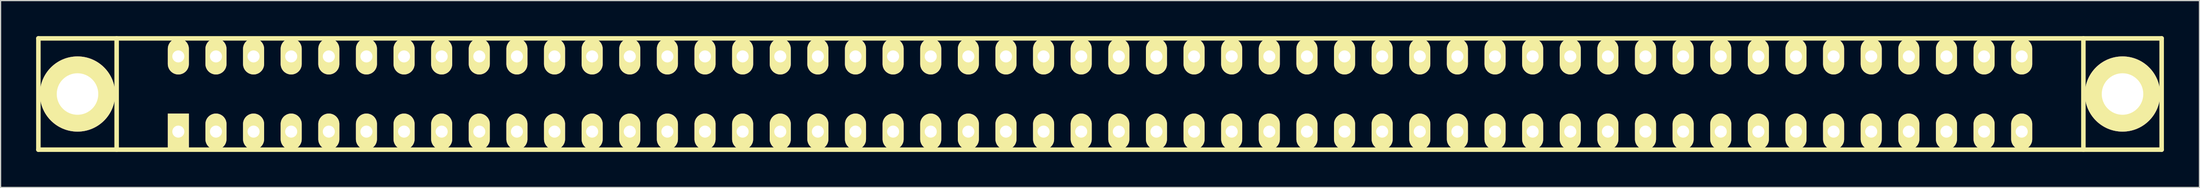
<source format=kicad_pcb>
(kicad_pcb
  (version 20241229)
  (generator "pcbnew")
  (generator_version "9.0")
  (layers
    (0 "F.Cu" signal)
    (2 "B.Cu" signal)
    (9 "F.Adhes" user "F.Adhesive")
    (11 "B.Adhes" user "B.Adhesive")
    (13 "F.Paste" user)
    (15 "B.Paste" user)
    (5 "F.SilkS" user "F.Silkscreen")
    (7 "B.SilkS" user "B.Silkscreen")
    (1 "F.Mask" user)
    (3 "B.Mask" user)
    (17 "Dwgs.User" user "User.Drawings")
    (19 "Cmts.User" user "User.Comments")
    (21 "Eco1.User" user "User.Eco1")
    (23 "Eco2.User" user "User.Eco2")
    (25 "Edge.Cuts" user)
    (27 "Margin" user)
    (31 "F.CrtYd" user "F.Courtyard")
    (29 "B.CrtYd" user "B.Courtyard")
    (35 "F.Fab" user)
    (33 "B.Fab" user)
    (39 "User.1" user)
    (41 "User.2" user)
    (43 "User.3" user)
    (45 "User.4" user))
  (footprint "S100_FEMALE"
    (layer "F.Cu")
    (at 89.667 4.884)
    (property "Reference" "S100_FEMALE" (at 0.127 -4.699 0) (layer "F.SilkS") (effects (font (size 0.127 0.127) (thickness 0.025))))
    (attr through_hole)
    (fp_line (start -89.477 4.704) (end -89.477 -4.694) (stroke (width 0.381) (type solid)) (layer "F.SilkS"))
    (fp_line (start -89.477 4.704) (end 89.72 4.704) (stroke (width 0.381) (type solid)) (layer "F.SilkS"))
    (fp_line (start -82.873 -4.694) (end -82.873 4.704) (stroke (width 0.381) (type solid)) (layer "F.SilkS"))
    (fp_line (start 83.116 -4.694) (end 83.116 4.704) (stroke (width 0.381) (type solid)) (layer "F.SilkS"))
    (fp_line (start 89.72 -4.694) (end -89.477 -4.694) (stroke (width 0.381) (type solid)) (layer "F.SilkS"))
    (fp_line (start 89.72 4.704) (end 89.72 -4.694) (stroke (width 0.381) (type solid)) (layer "F.SilkS"))
    (pad "1" thru_hole oval (at 77.909 3.18) (size 1.778 3.048) (drill 1.016) (layers "*.Cu" "*.Mask" "F.SilkS"))
    (pad "2" thru_hole oval (at 77.909 -3.17) (size 1.778 3.048) (drill 1.016) (layers "*.Cu" "*.Mask" "F.SilkS"))
    (pad "3" thru_hole oval (at 74.734 3.18) (size 1.778 3.048) (drill 1.016) (layers "*.Cu" "*.Mask" "F.SilkS"))
    (pad "4" thru_hole oval (at 74.734 -3.17) (size 1.778 3.048) (drill 1.016) (layers "*.Cu" "*.Mask" "F.SilkS"))
    (pad "5" thru_hole oval (at 71.559 3.18) (size 1.778 3.048) (drill 1.016) (layers "*.Cu" "*.Mask" "F.SilkS"))
    (pad "6" thru_hole oval (at 71.559 -3.17) (size 1.778 3.048) (drill 1.016) (layers "*.Cu" "*.Mask" "F.SilkS"))
    (pad "7" thru_hole oval (at 68.384 3.18) (size 1.778 3.048) (drill 1.016) (layers "*.Cu" "*.Mask" "F.SilkS"))
    (pad "8" thru_hole oval (at 68.384 -3.17) (size 1.778 3.048) (drill 1.016) (layers "*.Cu" "*.Mask" "F.SilkS"))
    (pad "9" thru_hole oval (at 65.209 3.18) (size 1.778 3.048) (drill 1.016) (layers "*.Cu" "*.Mask" "F.SilkS"))
    (pad "10" thru_hole oval (at 65.209 -3.17) (size 1.778 3.048) (drill 1.016) (layers "*.Cu" "*.Mask" "F.SilkS"))
    (pad "11" thru_hole oval (at 62.034 3.18) (size 1.778 3.048) (drill 1.016) (layers "*.Cu" "*.Mask" "F.SilkS"))
    (pad "12" thru_hole oval (at 62.034 -3.17) (size 1.778 3.048) (drill 1.016) (layers "*.Cu" "*.Mask" "F.SilkS"))
    (pad "13" thru_hole oval (at 58.859 3.18) (size 1.778 3.048) (drill 1.016) (layers "*.Cu" "*.Mask" "F.SilkS"))
    (pad "14" thru_hole oval (at 58.859 -3.17) (size 1.778 3.048) (drill 1.016) (layers "*.Cu" "*.Mask" "F.SilkS"))
    (pad "15" thru_hole oval (at 55.684 3.18) (size 1.778 3.048) (drill 1.016) (layers "*.Cu" "*.Mask" "F.SilkS"))
    (pad "16" thru_hole oval (at 55.684 -3.17) (size 1.778 3.048) (drill 1.016) (layers "*.Cu" "*.Mask" "F.SilkS"))
    (pad "17" thru_hole oval (at 52.509 3.18) (size 1.778 3.048) (drill 1.016) (layers "*.Cu" "*.Mask" "F.SilkS"))
    (pad "18" thru_hole oval (at 52.509 -3.17) (size 1.778 3.048) (drill 1.016) (layers "*.Cu" "*.Mask" "F.SilkS"))
    (pad "19" thru_hole oval (at 49.334 3.18) (size 1.778 3.048) (drill 1.016) (layers "*.Cu" "*.Mask" "F.SilkS"))
    (pad "20" thru_hole oval (at 49.334 -3.17) (size 1.778 3.048) (drill 1.016) (layers "*.Cu" "*.Mask" "F.SilkS"))
    (pad "21" thru_hole oval (at 46.159 3.18) (size 1.778 3.048) (drill 1.016) (layers "*.Cu" "*.Mask" "F.SilkS"))
    (pad "22" thru_hole oval (at 46.159 -3.17) (size 1.778 3.048) (drill 1.016) (layers "*.Cu" "*.Mask" "F.SilkS"))
    (pad "23" thru_hole oval (at 42.984 3.18) (size 1.778 3.048) (drill 1.016) (layers "*.Cu" "*.Mask" "F.SilkS"))
    (pad "24" thru_hole oval (at 42.984 -3.17) (size 1.778 3.048) (drill 1.016) (layers "*.Cu" "*.Mask" "F.SilkS"))
    (pad "25" thru_hole oval (at 39.809 3.18) (size 1.778 3.048) (drill 1.016) (layers "*.Cu" "*.Mask" "F.SilkS"))
    (pad "26" thru_hole oval (at 39.809 -3.17) (size 1.778 3.048) (drill 1.016) (layers "*.Cu" "*.Mask" "F.SilkS"))
    (pad "27" thru_hole oval (at 36.634 3.18) (size 1.778 3.048) (drill 1.016) (layers "*.Cu" "*.Mask" "F.SilkS"))
    (pad "28" thru_hole oval (at 36.634 -3.17) (size 1.778 3.048) (drill 1.016) (layers "*.Cu" "*.Mask" "F.SilkS"))
    (pad "29" thru_hole oval (at 33.459 3.18) (size 1.778 3.048) (drill 1.016) (layers "*.Cu" "*.Mask" "F.SilkS"))
    (pad "30" thru_hole oval (at 33.459 -3.17) (size 1.778 3.048) (drill 1.016) (layers "*.Cu" "*.Mask" "F.SilkS"))
    (pad "31" thru_hole oval (at 30.284 3.18) (size 1.778 3.048) (drill 1.016) (layers "*.Cu" "*.Mask" "F.SilkS"))
    (pad "32" thru_hole oval (at 30.284 -3.17) (size 1.778 3.048) (drill 1.016) (layers "*.Cu" "*.Mask" "F.SilkS"))
    (pad "33" thru_hole oval (at 27.109 3.18) (size 1.778 3.048) (drill 1.016) (layers "*.Cu" "*.Mask" "F.SilkS"))
    (pad "34" thru_hole oval (at 27.109 -3.17) (size 1.778 3.048) (drill 1.016) (layers "*.Cu" "*.Mask" "F.SilkS"))
    (pad "35" thru_hole oval (at 23.934 3.18) (size 1.778 3.048) (drill 1.016) (layers "*.Cu" "*.Mask" "F.SilkS"))
    (pad "36" thru_hole oval (at 23.934 -3.17) (size 1.778 3.048) (drill 1.016) (layers "*.Cu" "*.Mask" "F.SilkS"))
    (pad "37" thru_hole oval (at 20.759 3.18) (size 1.778 3.048) (drill 1.016) (layers "*.Cu" "*.Mask" "F.SilkS"))
    (pad "38" thru_hole oval (at 20.759 -3.17) (size 1.778 3.048) (drill 1.016) (layers "*.Cu" "*.Mask" "F.SilkS"))
    (pad "39" thru_hole oval (at 17.584 3.18) (size 1.778 3.048) (drill 1.016) (layers "*.Cu" "*.Mask" "F.SilkS"))
    (pad "40" thru_hole oval (at 17.584 -3.17) (size 1.778 3.048) (drill 1.016) (layers "*.Cu" "*.Mask" "F.SilkS"))
    (pad "41" thru_hole oval (at 14.409 3.18) (size 1.778 3.048) (drill 1.016) (layers "*.Cu" "*.Mask" "F.SilkS"))
    (pad "42" thru_hole oval (at 14.409 -3.17) (size 1.778 3.048) (drill 1.016) (layers "*.Cu" "*.Mask" "F.SilkS"))
    (pad "43" thru_hole oval (at 11.234 3.18) (size 1.778 3.048) (drill 1.016) (layers "*.Cu" "*.Mask" "F.SilkS"))
    (pad "44" thru_hole oval (at 11.234 -3.17) (size 1.778 3.048) (drill 1.016) (layers "*.Cu" "*.Mask" "F.SilkS"))
    (pad "45" thru_hole oval (at 8.059 3.18) (size 1.778 3.048) (drill 1.016) (layers "*.Cu" "*.Mask" "F.SilkS"))
    (pad "46" thru_hole oval (at 8.059 -3.17) (size 1.778 3.048) (drill 1.016) (layers "*.Cu" "*.Mask" "F.SilkS"))
    (pad "47" thru_hole oval (at 4.884 3.18) (size 1.778 3.048) (drill 1.016) (layers "*.Cu" "*.Mask" "F.SilkS"))
    (pad "48" thru_hole oval (at 4.884 -3.17) (size 1.778 3.048) (drill 1.016) (layers "*.Cu" "*.Mask" "F.SilkS"))
    (pad "49" thru_hole oval (at 1.709 3.18) (size 1.778 3.048) (drill 1.016) (layers "*.Cu" "*.Mask" "F.SilkS"))
    (pad "50" thru_hole oval (at 1.709 -3.17) (size 1.778 3.048) (drill 1.016) (layers "*.Cu" "*.Mask" "F.SilkS"))
    (pad "51" thru_hole oval (at -1.466 3.18) (size 1.778 3.048) (drill 1.016) (layers "*.Cu" "*.Mask" "F.SilkS"))
    (pad "52" thru_hole oval (at -1.466 -3.17) (size 1.778 3.048) (drill 1.016) (layers "*.Cu" "*.Mask" "F.SilkS"))
    (pad "53" thru_hole oval (at -4.641 3.18) (size 1.778 3.048) (drill 1.016) (layers "*.Cu" "*.Mask" "F.SilkS"))
    (pad "54" thru_hole oval (at -4.641 -3.17) (size 1.778 3.048) (drill 1.016) (layers "*.Cu" "*.Mask" "F.SilkS"))
    (pad "55" thru_hole oval (at -7.816 3.18) (size 1.778 3.048) (drill 1.016) (layers "*.Cu" "*.Mask" "F.SilkS"))
    (pad "56" thru_hole oval (at -7.816 -3.17) (size 1.778 3.048) (drill 1.016) (layers "*.Cu" "*.Mask" "F.SilkS"))
    (pad "57" thru_hole oval (at -10.991 3.18) (size 1.778 3.048) (drill 1.016) (layers "*.Cu" "*.Mask" "F.SilkS"))
    (pad "58" thru_hole oval (at -10.991 -3.17) (size 1.778 3.048) (drill 1.016) (layers "*.Cu" "*.Mask" "F.SilkS"))
    (pad "59" thru_hole oval (at -14.166 3.18) (size 1.778 3.048) (drill 1.016) (layers "*.Cu" "*.Mask" "F.SilkS"))
    (pad "60" thru_hole oval (at -14.166 -3.17) (size 1.778 3.048) (drill 1.016) (layers "*.Cu" "*.Mask" "F.SilkS"))
    (pad "61" thru_hole oval (at -17.341 3.18) (size 1.778 3.048) (drill 1.016) (layers "*.Cu" "*.Mask" "F.SilkS"))
    (pad "62" thru_hole oval (at -17.341 -3.17) (size 1.778 3.048) (drill 1.016) (layers "*.Cu" "*.Mask" "F.SilkS"))
    (pad "63" thru_hole oval (at -20.516 3.18) (size 1.778 3.048) (drill 1.016) (layers "*.Cu" "*.Mask" "F.SilkS"))
    (pad "64" thru_hole oval (at -20.516 -3.17) (size 1.778 3.048) (drill 1.016) (layers "*.Cu" "*.Mask" "F.SilkS"))
    (pad "65" thru_hole oval (at -23.691 3.18) (size 1.778 3.048) (drill 1.016) (layers "*.Cu" "*.Mask" "F.SilkS"))
    (pad "66" thru_hole oval (at -23.691 -3.17) (size 1.778 3.048) (drill 1.016) (layers "*.Cu" "*.Mask" "F.SilkS"))
    (pad "67" thru_hole oval (at -26.866 3.18) (size 1.778 3.048) (drill 1.016) (layers "*.Cu" "*.Mask" "F.SilkS"))
    (pad "68" thru_hole oval (at -26.866 -3.17) (size 1.778 3.048) (drill 1.016) (layers "*.Cu" "*.Mask" "F.SilkS"))
    (pad "69" thru_hole oval (at -30.041 3.18) (size 1.778 3.048) (drill 1.016) (layers "*.Cu" "*.Mask" "F.SilkS"))
    (pad "70" thru_hole oval (at -30.041 -3.17) (size 1.778 3.048) (drill 1.016) (layers "*.Cu" "*.Mask" "F.SilkS"))
    (pad "71" thru_hole oval (at -33.216 3.18) (size 1.778 3.048) (drill 1.016) (layers "*.Cu" "*.Mask" "F.SilkS"))
    (pad "72" thru_hole oval (at -33.216 -3.17) (size 1.778 3.048) (drill 1.016) (layers "*.Cu" "*.Mask" "F.SilkS"))
    (pad "73" thru_hole oval (at -36.391 3.18) (size 1.778 3.048) (drill 1.016) (layers "*.Cu" "*.Mask" "F.SilkS"))
    (pad "74" thru_hole oval (at -36.391 -3.17) (size 1.778 3.048) (drill 1.016) (layers "*.Cu" "*.Mask" "F.SilkS"))
    (pad "75" thru_hole oval (at -39.566 3.18) (size 1.778 3.048) (drill 1.016) (layers "*.Cu" "*.Mask" "F.SilkS"))
    (pad "76" thru_hole oval (at -39.566 -3.17) (size 1.778 3.048) (drill 1.016) (layers "*.Cu" "*.Mask" "F.SilkS"))
    (pad "77" thru_hole oval (at -42.741 3.18) (size 1.778 3.048) (drill 1.016) (layers "*.Cu" "*.Mask" "F.SilkS"))
    (pad "78" thru_hole oval (at -42.741 -3.17) (size 1.778 3.048) (drill 1.016) (layers "*.Cu" "*.Mask" "F.SilkS"))
    (pad "79" thru_hole oval (at -45.916 3.18) (size 1.778 3.048) (drill 1.016) (layers "*.Cu" "*.Mask" "F.SilkS"))
    (pad "80" thru_hole oval (at -45.916 -3.17) (size 1.778 3.048) (drill 1.016) (layers "*.Cu" "*.Mask" "F.SilkS"))
    (pad "81" thru_hole oval (at -49.091 3.18) (size 1.778 3.048) (drill 1.016) (layers "*.Cu" "*.Mask" "F.SilkS"))
    (pad "82" thru_hole oval (at -49.091 -3.17) (size 1.778 3.048) (drill 1.016) (layers "*.Cu" "*.Mask" "F.SilkS"))
    (pad "83" thru_hole oval (at -52.266 3.18) (size 1.778 3.048) (drill 1.016) (layers "*.Cu" "*.Mask" "F.SilkS"))
    (pad "84" thru_hole oval (at -52.266 -3.17) (size 1.778 3.048) (drill 1.016) (layers "*.Cu" "*.Mask" "F.SilkS"))
    (pad "85" thru_hole oval (at -55.441 3.18) (size 1.778 3.048) (drill 1.016) (layers "*.Cu" "*.Mask" "F.SilkS"))
    (pad "86" thru_hole oval (at -55.441 -3.17) (size 1.778 3.048) (drill 1.016) (layers "*.Cu" "*.Mask" "F.SilkS"))
    (pad "87" thru_hole oval (at -58.616 3.18) (size 1.778 3.048) (drill 1.016) (layers "*.Cu" "*.Mask" "F.SilkS"))
    (pad "88" thru_hole oval (at -58.616 -3.17) (size 1.778 3.048) (drill 1.016) (layers "*.Cu" "*.Mask" "F.SilkS"))
    (pad "89" thru_hole oval (at -61.791 3.18) (size 1.778 3.048) (drill 1.016) (layers "*.Cu" "*.Mask" "F.SilkS"))
    (pad "90" thru_hole oval (at -61.791 -3.17) (size 1.778 3.048) (drill 1.016) (layers "*.Cu" "*.Mask" "F.SilkS"))
    (pad "91" thru_hole oval (at -64.966 3.18) (size 1.778 3.048) (drill 1.016) (layers "*.Cu" "*.Mask" "F.SilkS"))
    (pad "92" thru_hole oval (at -64.966 -3.17) (size 1.778 3.048) (drill 1.016) (layers "*.Cu" "*.Mask" "F.SilkS"))
    (pad "93" thru_hole oval (at -68.141 3.18) (size 1.778 3.048) (drill 1.016) (layers "*.Cu" "*.Mask" "F.SilkS"))
    (pad "94" thru_hole oval (at -68.141 -3.17) (size 1.778 3.048) (drill 1.016) (layers "*.Cu" "*.Mask" "F.SilkS"))
    (pad "95" thru_hole oval (at -71.316 3.18) (size 1.778 3.048) (drill 1.016) (layers "*.Cu" "*.Mask" "F.SilkS"))
    (pad "96" thru_hole oval (at -71.316 -3.17) (size 1.778 3.048) (drill 1.016) (layers "*.Cu" "*.Mask" "F.SilkS"))
    (pad "97" thru_hole oval (at -74.491 3.18) (size 1.778 3.048) (drill 1.016) (layers "*.Cu" "*.Mask" "F.SilkS"))
    (pad "98" thru_hole oval (at -74.491 -3.17) (size 1.778 3.048) (drill 1.016) (layers "*.Cu" "*.Mask" "F.SilkS"))
    (pad "99" thru_hole rect (at -77.666 3.18) (size 1.778 3.048) (drill 1.016) (layers "*.Cu" "*.Mask" "F.SilkS"))
    (pad "100" thru_hole oval (at -77.666 -3.17) (size 1.778 3.048) (drill 1.016) (layers "*.Cu" "*.Mask" "F.SilkS"))
    (pad "101" thru_hole circle (at -86.175 0.005) (size 6.35 6.35) (drill 3.505) (layers "*.Cu" "*.Mask" "F.SilkS"))
    (pad "102" thru_hole circle (at 86.418 0.005) (size 6.35 6.35) (drill 3.505) (layers "*.Cu" "*.Mask" "F.SilkS")))
  (gr_rect
    (start -3 -3)
    (end 182.578 12.779)
    (stroke (width 0.1) (type default))
    (fill no)
    (layer "Edge.Cuts")))
</source>
